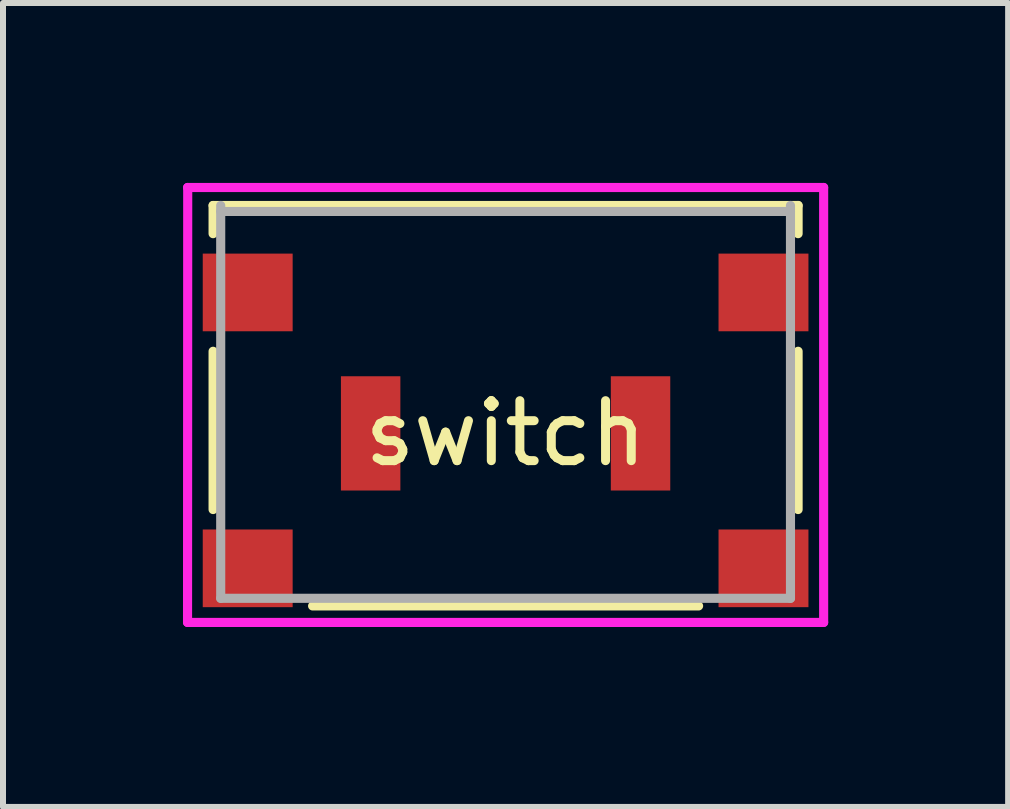
<source format=kicad_pcb>
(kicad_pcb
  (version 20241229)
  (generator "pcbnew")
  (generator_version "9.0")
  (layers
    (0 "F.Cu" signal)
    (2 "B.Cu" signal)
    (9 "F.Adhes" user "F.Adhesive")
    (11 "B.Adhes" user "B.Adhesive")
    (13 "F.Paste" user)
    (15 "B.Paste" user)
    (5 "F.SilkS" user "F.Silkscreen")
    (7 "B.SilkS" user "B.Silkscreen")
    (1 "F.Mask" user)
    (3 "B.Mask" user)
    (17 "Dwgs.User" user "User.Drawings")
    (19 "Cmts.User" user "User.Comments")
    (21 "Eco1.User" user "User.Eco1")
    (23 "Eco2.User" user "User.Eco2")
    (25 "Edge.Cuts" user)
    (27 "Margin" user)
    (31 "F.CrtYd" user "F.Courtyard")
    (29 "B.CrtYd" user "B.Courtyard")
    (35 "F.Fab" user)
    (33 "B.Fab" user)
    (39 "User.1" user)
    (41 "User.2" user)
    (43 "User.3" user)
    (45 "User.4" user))
  (footprint "switch"
    (layer "F.Cu")
    (at 5.38 2.976)
    (property "Reference" "switch" (at 0 1.2 0) (layer "F.SilkS") (effects (font (size 1 1) (thickness 0.15))))
    (attr through_hole)
    (fp_line (start -4.877 -2.6) (end -4.877 -2.13) (stroke (width 0.152) (type solid)) (layer "F.SilkS"))
    (fp_line (start -4.877 -0.169) (end -4.877 2.47) (stroke (width 0.152) (type solid)) (layer "F.SilkS"))
    (fp_line (start -3.218 4.077) (end 3.218 4.077) (stroke (width 0.152) (type solid)) (layer "F.SilkS"))
    (fp_line (start 4.877 -2.6) (end -4.877 -2.6) (stroke (width 0.152) (type solid)) (layer "F.SilkS"))
    (fp_line (start 4.877 -2.13) (end 4.877 -2.6) (stroke (width 0.152) (type solid)) (layer "F.SilkS"))
    (fp_line (start 4.877 2.47) (end 4.877 -0.169) (stroke (width 0.152) (type solid)) (layer "F.SilkS"))
    (fp_line (start -5.303 4.352) (end 5.303 4.352) (stroke (width 0.152) (type solid)) (layer "F.CrtYd"))
    (fp_line (start -5.3 -2.9) (end -5.303 4.352) (stroke (width 0.152) (type solid)) (layer "F.CrtYd"))
    (fp_line (start 5.303 -2.9) (end -5.303 -2.9) (stroke (width 0.152) (type solid)) (layer "F.CrtYd"))
    (fp_line (start 5.303 4.352) (end 5.303 -2.9) (stroke (width 0.152) (type solid)) (layer "F.CrtYd"))
    (fp_line (start -4.75 -2.6) (end -4.75 3.95) (stroke (width 0.152) (type solid)) (layer "F.Fab"))
    (fp_line (start -4.75 3.95) (end 4.75 3.95) (stroke (width 0.152) (type solid)) (layer "F.Fab"))
    (fp_line (start 4.75 -2.5) (end -4.75 -2.5) (stroke (width 0.152) (type solid)) (layer "F.Fab"))
    (fp_line (start 4.75 3.95) (end 4.75 -2.6) (stroke (width 0.152) (type solid)) (layer "F.Fab"))
    (pad "1" smd rect (at -2.25 1.2) (size 0.991 1.905) (layers "F.Cu" "F.Mask" "F.Paste"))
    (pad "2" smd rect (at 2.25 1.2) (size 0.991 1.905) (layers "F.Cu" "F.Mask" "F.Paste"))
    (pad "3" smd rect (at -4.3 -1.15) (size 1.499 1.295) (layers "F.Cu" "F.Mask" "F.Paste"))
    (pad "4" smd rect (at 4.3 -1.15) (size 1.499 1.295) (layers "F.Cu" "F.Mask" "F.Paste"))
    (pad "5" smd rect (at -4.3 3.45) (size 1.499 1.295) (layers "F.Cu" "F.Mask" "F.Paste"))
    (pad "6" smd rect (at 4.3 3.45) (size 1.499 1.295) (layers "F.Cu" "F.Mask" "F.Paste")))
  (gr_rect
    (start -3 -3)
    (end 13.759 10.404)
    (stroke (width 0.1) (type default))
    (fill no)
    (layer "Edge.Cuts")))
</source>
